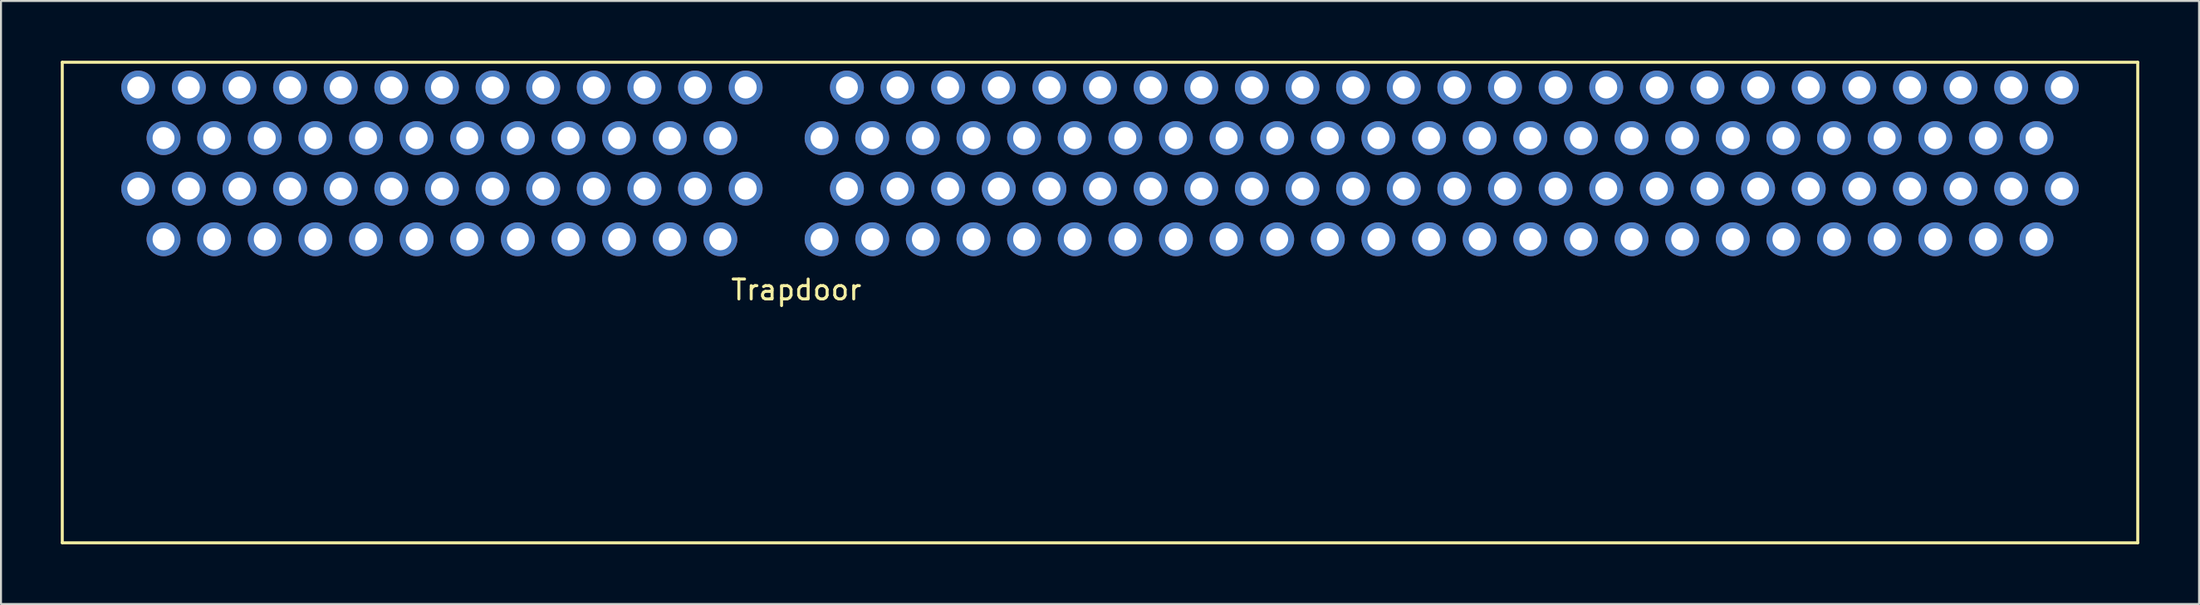
<source format=kicad_pcb>
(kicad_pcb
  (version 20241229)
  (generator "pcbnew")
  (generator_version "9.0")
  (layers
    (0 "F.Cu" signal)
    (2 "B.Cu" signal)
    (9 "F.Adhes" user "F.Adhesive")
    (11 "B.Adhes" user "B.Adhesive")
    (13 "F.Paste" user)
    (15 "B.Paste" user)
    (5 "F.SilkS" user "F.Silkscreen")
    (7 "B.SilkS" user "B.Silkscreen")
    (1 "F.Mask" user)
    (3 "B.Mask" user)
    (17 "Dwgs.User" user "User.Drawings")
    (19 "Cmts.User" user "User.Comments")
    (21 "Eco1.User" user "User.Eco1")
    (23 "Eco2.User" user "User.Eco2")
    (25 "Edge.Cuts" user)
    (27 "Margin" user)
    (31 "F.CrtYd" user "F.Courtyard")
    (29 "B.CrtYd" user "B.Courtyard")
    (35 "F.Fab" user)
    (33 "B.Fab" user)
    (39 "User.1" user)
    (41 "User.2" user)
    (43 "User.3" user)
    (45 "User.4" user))
  (footprint "Trapdoor"
    (layer "F.Cu")
    (at 36.905 5.155)
    (property "Reference" "Trapdoor" (at 0 6.35 0) (layer "F.SilkS") (effects (font (size 1 1) (thickness 0.15))))
    (attr through_hole)
    (fp_line (start -36.83 -5.08) (end 67.31 -5.08) (stroke (width 0.15) (type solid)) (layer "F.SilkS"))
    (fp_line (start -36.83 19.05) (end -36.83 -5.08) (stroke (width 0.15) (type solid)) (layer "F.SilkS"))
    (fp_line (start -36.83 19.05) (end 67.31 19.05) (stroke (width 0.15) (type solid)) (layer "F.SilkS"))
    (fp_line (start 67.31 19.05) (end 67.31 -5.08) (stroke (width 0.15) (type solid)) (layer "F.SilkS"))
    (pad "1" thru_hole circle (at -33.02 -3.81) (size 1.7 1.7) (drill 1.1) (layers "*.Cu" "*.Mask"))
    (pad "2" thru_hole circle (at -33.02 1.27) (size 1.7 1.7) (drill 1.1) (layers "*.Cu" "*.Mask"))
    (pad "3" thru_hole circle (at -31.75 -1.27) (size 1.7 1.7) (drill 1.1) (layers "*.Cu" "*.Mask"))
    (pad "4" thru_hole circle (at -31.75 3.81) (size 1.7 1.7) (drill 1.1) (layers "*.Cu" "*.Mask"))
    (pad "5" thru_hole circle (at -30.48 -3.81) (size 1.7 1.7) (drill 1.1) (layers "*.Cu" "*.Mask"))
    (pad "6" thru_hole circle (at -30.48 1.27) (size 1.7 1.7) (drill 1.1) (layers "*.Cu" "*.Mask"))
    (pad "7" thru_hole circle (at -29.21 -1.27) (size 1.7 1.7) (drill 1.1) (layers "*.Cu" "*.Mask"))
    (pad "8" thru_hole circle (at -29.21 3.81) (size 1.7 1.7) (drill 1.1) (layers "*.Cu" "*.Mask"))
    (pad "9" thru_hole circle (at -27.94 -3.81) (size 1.7 1.7) (drill 1.1) (layers "*.Cu" "*.Mask"))
    (pad "10" thru_hole circle (at -27.94 1.27) (size 1.7 1.7) (drill 1.1) (layers "*.Cu" "*.Mask"))
    (pad "11" thru_hole circle (at -26.67 -1.27) (size 1.7 1.7) (drill 1.1) (layers "*.Cu" "*.Mask"))
    (pad "12" thru_hole circle (at -26.67 3.81) (size 1.7 1.7) (drill 1.1) (layers "*.Cu" "*.Mask"))
    (pad "13" thru_hole circle (at -25.4 -3.81) (size 1.7 1.7) (drill 1.1) (layers "*.Cu" "*.Mask"))
    (pad "14" thru_hole circle (at -25.4 1.27) (size 1.7 1.7) (drill 1.1) (layers "*.Cu" "*.Mask"))
    (pad "15" thru_hole circle (at -24.13 -1.27) (size 1.7 1.7) (drill 1.1) (layers "*.Cu" "*.Mask"))
    (pad "16" thru_hole circle (at -24.13 3.81) (size 1.7 1.7) (drill 1.1) (layers "*.Cu" "*.Mask"))
    (pad "17" thru_hole circle (at -22.86 -3.81) (size 1.7 1.7) (drill 1.1) (layers "*.Cu" "*.Mask"))
    (pad "18" thru_hole circle (at -22.86 1.27) (size 1.7 1.7) (drill 1.1) (layers "*.Cu" "*.Mask"))
    (pad "19" thru_hole circle (at -21.59 -1.27) (size 1.7 1.7) (drill 1.1) (layers "*.Cu" "*.Mask"))
    (pad "20" thru_hole circle (at -21.59 3.81) (size 1.7 1.7) (drill 1.1) (layers "*.Cu" "*.Mask"))
    (pad "21" thru_hole circle (at -20.32 -3.81) (size 1.7 1.7) (drill 1.1) (layers "*.Cu" "*.Mask"))
    (pad "22" thru_hole circle (at -20.32 1.27) (size 1.7 1.7) (drill 1.1) (layers "*.Cu" "*.Mask"))
    (pad "23" thru_hole circle (at -19.05 -1.27) (size 1.7 1.7) (drill 1.1) (layers "*.Cu" "*.Mask"))
    (pad "24" thru_hole circle (at -19.05 3.81) (size 1.7 1.7) (drill 1.1) (layers "*.Cu" "*.Mask"))
    (pad "25" thru_hole circle (at -17.78 -3.81) (size 1.7 1.7) (drill 1.1) (layers "*.Cu" "*.Mask"))
    (pad "26" thru_hole circle (at -17.78 1.27) (size 1.7 1.7) (drill 1.1) (layers "*.Cu" "*.Mask"))
    (pad "27" thru_hole circle (at -16.51 -1.27) (size 1.7 1.7) (drill 1.1) (layers "*.Cu" "*.Mask"))
    (pad "28" thru_hole circle (at -16.51 3.81) (size 1.7 1.7) (drill 1.1) (layers "*.Cu" "*.Mask"))
    (pad "29" thru_hole circle (at -15.24 -3.81) (size 1.7 1.7) (drill 1.1) (layers "*.Cu" "*.Mask"))
    (pad "30" thru_hole circle (at -15.24 1.27) (size 1.7 1.7) (drill 1.1) (layers "*.Cu" "*.Mask"))
    (pad "31" thru_hole circle (at -13.97 -1.27) (size 1.7 1.7) (drill 1.1) (layers "*.Cu" "*.Mask"))
    (pad "32" thru_hole circle (at -13.97 3.81) (size 1.7 1.7) (drill 1.1) (layers "*.Cu" "*.Mask"))
    (pad "33" thru_hole circle (at -12.7 -3.81) (size 1.7 1.7) (drill 1.1) (layers "*.Cu" "*.Mask"))
    (pad "34" thru_hole circle (at -12.7 1.27) (size 1.7 1.7) (drill 1.1) (layers "*.Cu" "*.Mask"))
    (pad "35" thru_hole circle (at -11.43 -1.27) (size 1.7 1.7) (drill 1.1) (layers "*.Cu" "*.Mask"))
    (pad "36" thru_hole circle (at -11.43 3.81) (size 1.7 1.7) (drill 1.1) (layers "*.Cu" "*.Mask"))
    (pad "37" thru_hole circle (at -10.16 -3.81) (size 1.7 1.7) (drill 1.1) (layers "*.Cu" "*.Mask"))
    (pad "38" thru_hole circle (at -10.16 1.27) (size 1.7 1.7) (drill 1.1) (layers "*.Cu" "*.Mask"))
    (pad "39" thru_hole circle (at -8.89 -1.27) (size 1.7 1.7) (drill 1.1) (layers "*.Cu" "*.Mask"))
    (pad "40" thru_hole circle (at -8.89 3.81) (size 1.7 1.7) (drill 1.1) (layers "*.Cu" "*.Mask"))
    (pad "41" thru_hole circle (at -7.62 -3.81) (size 1.7 1.7) (drill 1.1) (layers "*.Cu" "*.Mask"))
    (pad "42" thru_hole circle (at -7.62 1.27) (size 1.7 1.7) (drill 1.1) (layers "*.Cu" "*.Mask"))
    (pad "43" thru_hole circle (at -6.35 -1.27) (size 1.7 1.7) (drill 1.1) (layers "*.Cu" "*.Mask"))
    (pad "44" thru_hole circle (at -6.35 3.81) (size 1.7 1.7) (drill 1.1) (layers "*.Cu" "*.Mask"))
    (pad "45" thru_hole circle (at -5.08 -3.81) (size 1.7 1.7) (drill 1.1) (layers "*.Cu" "*.Mask"))
    (pad "46" thru_hole circle (at -5.08 1.27) (size 1.7 1.7) (drill 1.1) (layers "*.Cu" "*.Mask"))
    (pad "47" thru_hole circle (at -3.81 -1.27) (size 1.7 1.7) (drill 1.1) (layers "*.Cu" "*.Mask"))
    (pad "48" thru_hole circle (at -3.81 3.81) (size 1.7 1.7) (drill 1.1) (layers "*.Cu" "*.Mask"))
    (pad "49" thru_hole circle (at -2.54 -3.81) (size 1.7 1.7) (drill 1.1) (layers "*.Cu" "*.Mask"))
    (pad "50" thru_hole circle (at -2.54 1.27) (size 1.7 1.7) (drill 1.1) (layers "*.Cu" "*.Mask"))
    (pad "51" thru_hole circle (at 1.27 -1.27) (size 1.7 1.7) (drill 1.1) (layers "*.Cu" "*.Mask"))
    (pad "52" thru_hole circle (at 1.27 3.81) (size 1.7 1.7) (drill 1.1) (layers "*.Cu" "*.Mask"))
    (pad "53" thru_hole circle (at 2.54 -3.81) (size 1.7 1.7) (drill 1.1) (layers "*.Cu" "*.Mask"))
    (pad "54" thru_hole circle (at 2.54 1.27) (size 1.7 1.7) (drill 1.1) (layers "*.Cu" "*.Mask"))
    (pad "55" thru_hole circle (at 3.81 -1.27) (size 1.7 1.7) (drill 1.1) (layers "*.Cu" "*.Mask"))
    (pad "56" thru_hole circle (at 3.81 3.81) (size 1.7 1.7) (drill 1.1) (layers "*.Cu" "*.Mask"))
    (pad "57" thru_hole circle (at 5.08 -3.81) (size 1.7 1.7) (drill 1.1) (layers "*.Cu" "*.Mask"))
    (pad "58" thru_hole circle (at 5.08 1.27) (size 1.7 1.7) (drill 1.1) (layers "*.Cu" "*.Mask"))
    (pad "59" thru_hole circle (at 6.35 -1.27) (size 1.7 1.7) (drill 1.1) (layers "*.Cu" "*.Mask"))
    (pad "60" thru_hole circle (at 6.35 3.81) (size 1.7 1.7) (drill 1.1) (layers "*.Cu" "*.Mask"))
    (pad "61" thru_hole circle (at 7.62 -3.81) (size 1.7 1.7) (drill 1.1) (layers "*.Cu" "*.Mask"))
    (pad "62" thru_hole circle (at 7.62 1.27) (size 1.7 1.7) (drill 1.1) (layers "*.Cu" "*.Mask"))
    (pad "63" thru_hole circle (at 8.89 -1.27) (size 1.7 1.7) (drill 1.1) (layers "*.Cu" "*.Mask"))
    (pad "64" thru_hole circle (at 8.89 3.81) (size 1.7 1.7) (drill 1.1) (layers "*.Cu" "*.Mask"))
    (pad "65" thru_hole circle (at 10.16 -3.81) (size 1.7 1.7) (drill 1.1) (layers "*.Cu" "*.Mask"))
    (pad "66" thru_hole circle (at 10.16 1.27) (size 1.7 1.7) (drill 1.1) (layers "*.Cu" "*.Mask"))
    (pad "67" thru_hole circle (at 11.43 -1.27) (size 1.7 1.7) (drill 1.1) (layers "*.Cu" "*.Mask"))
    (pad "68" thru_hole circle (at 11.43 3.81) (size 1.7 1.7) (drill 1.1) (layers "*.Cu" "*.Mask"))
    (pad "69" thru_hole circle (at 12.7 -3.81) (size 1.7 1.7) (drill 1.1) (layers "*.Cu" "*.Mask"))
    (pad "70" thru_hole circle (at 12.7 1.27) (size 1.7 1.7) (drill 1.1) (layers "*.Cu" "*.Mask"))
    (pad "71" thru_hole circle (at 13.97 -1.27) (size 1.7 1.7) (drill 1.1) (layers "*.Cu" "*.Mask"))
    (pad "72" thru_hole circle (at 13.97 3.81) (size 1.7 1.7) (drill 1.1) (layers "*.Cu" "*.Mask"))
    (pad "73" thru_hole circle (at 15.24 -3.81) (size 1.7 1.7) (drill 1.1) (layers "*.Cu" "*.Mask"))
    (pad "74" thru_hole circle (at 15.24 1.27) (size 1.7 1.7) (drill 1.1) (layers "*.Cu" "*.Mask"))
    (pad "75" thru_hole circle (at 16.51 -1.27) (size 1.7 1.7) (drill 1.1) (layers "*.Cu" "*.Mask"))
    (pad "76" thru_hole circle (at 16.51 3.81) (size 1.7 1.7) (drill 1.1) (layers "*.Cu" "*.Mask"))
    (pad "77" thru_hole circle (at 17.78 -3.81) (size 1.7 1.7) (drill 1.1) (layers "*.Cu" "*.Mask"))
    (pad "78" thru_hole circle (at 17.78 1.27) (size 1.7 1.7) (drill 1.1) (layers "*.Cu" "*.Mask"))
    (pad "79" thru_hole circle (at 19.05 -1.27) (size 1.7 1.7) (drill 1.1) (layers "*.Cu" "*.Mask"))
    (pad "80" thru_hole circle (at 19.05 3.81) (size 1.7 1.7) (drill 1.1) (layers "*.Cu" "*.Mask"))
    (pad "81" thru_hole circle (at 20.32 -3.81) (size 1.7 1.7) (drill 1.1) (layers "*.Cu" "*.Mask"))
    (pad "82" thru_hole circle (at 20.32 1.27) (size 1.7 1.7) (drill 1.1) (layers "*.Cu" "*.Mask"))
    (pad "83" thru_hole circle (at 21.59 -1.27) (size 1.7 1.7) (drill 1.1) (layers "*.Cu" "*.Mask"))
    (pad "84" thru_hole circle (at 21.59 3.81) (size 1.7 1.7) (drill 1.1) (layers "*.Cu" "*.Mask"))
    (pad "85" thru_hole circle (at 22.86 -3.81) (size 1.7 1.7) (drill 1.1) (layers "*.Cu" "*.Mask"))
    (pad "86" thru_hole circle (at 22.86 1.27) (size 1.7 1.7) (drill 1.1) (layers "*.Cu" "*.Mask"))
    (pad "87" thru_hole circle (at 24.13 -1.27) (size 1.7 1.7) (drill 1.1) (layers "*.Cu" "*.Mask"))
    (pad "88" thru_hole circle (at 24.13 3.81) (size 1.7 1.7) (drill 1.1) (layers "*.Cu" "*.Mask"))
    (pad "89" thru_hole circle (at 25.4 -3.81) (size 1.7 1.7) (drill 1.1) (layers "*.Cu" "*.Mask"))
    (pad "90" thru_hole circle (at 25.4 1.27) (size 1.7 1.7) (drill 1.1) (layers "*.Cu" "*.Mask"))
    (pad "91" thru_hole circle (at 26.67 -1.27) (size 1.7 1.7) (drill 1.1) (layers "*.Cu" "*.Mask"))
    (pad "92" thru_hole circle (at 26.67 3.81) (size 1.7 1.7) (drill 1.1) (layers "*.Cu" "*.Mask"))
    (pad "93" thru_hole circle (at 27.94 -3.81) (size 1.7 1.7) (drill 1.1) (layers "*.Cu" "*.Mask"))
    (pad "94" thru_hole circle (at 27.94 1.27) (size 1.7 1.7) (drill 1.1) (layers "*.Cu" "*.Mask"))
    (pad "95" thru_hole circle (at 29.21 -1.27) (size 1.7 1.7) (drill 1.1) (layers "*.Cu" "*.Mask"))
    (pad "96" thru_hole circle (at 29.21 3.81) (size 1.7 1.7) (drill 1.1) (layers "*.Cu" "*.Mask"))
    (pad "97" thru_hole circle (at 30.48 -3.81) (size 1.7 1.7) (drill 1.1) (layers "*.Cu" "*.Mask"))
    (pad "98" thru_hole circle (at 30.48 1.27) (size 1.7 1.7) (drill 1.1) (layers "*.Cu" "*.Mask"))
    (pad "99" thru_hole circle (at 31.75 -1.27) (size 1.7 1.7) (drill 1.1) (layers "*.Cu" "*.Mask"))
    (pad "100" thru_hole circle (at 31.75 3.81) (size 1.7 1.7) (drill 1.1) (layers "*.Cu" "*.Mask"))
    (pad "101" thru_hole circle (at 33.02 -3.81) (size 1.7 1.7) (drill 1.1) (layers "*.Cu" "*.Mask"))
    (pad "102" thru_hole circle (at 33.02 1.27) (size 1.7 1.7) (drill 1.1) (layers "*.Cu" "*.Mask"))
    (pad "103" thru_hole circle (at 34.29 -1.27) (size 1.7 1.7) (drill 1.1) (layers "*.Cu" "*.Mask"))
    (pad "104" thru_hole circle (at 34.29 3.81) (size 1.7 1.7) (drill 1.1) (layers "*.Cu" "*.Mask"))
    (pad "105" thru_hole circle (at 35.56 -3.81) (size 1.7 1.7) (drill 1.1) (layers "*.Cu" "*.Mask"))
    (pad "106" thru_hole circle (at 35.56 1.27) (size 1.7 1.7) (drill 1.1) (layers "*.Cu" "*.Mask"))
    (pad "107" thru_hole circle (at 36.83 -1.27) (size 1.7 1.7) (drill 1.1) (layers "*.Cu" "*.Mask"))
    (pad "108" thru_hole circle (at 36.83 3.81) (size 1.7 1.7) (drill 1.1) (layers "*.Cu" "*.Mask"))
    (pad "109" thru_hole circle (at 38.1 -3.81) (size 1.7 1.7) (drill 1.1) (layers "*.Cu" "*.Mask"))
    (pad "110" thru_hole circle (at 38.1 1.27) (size 1.7 1.7) (drill 1.1) (layers "*.Cu" "*.Mask"))
    (pad "111" thru_hole circle (at 39.37 -1.27) (size 1.7 1.7) (drill 1.1) (layers "*.Cu" "*.Mask"))
    (pad "112" thru_hole circle (at 39.37 3.81) (size 1.7 1.7) (drill 1.1) (layers "*.Cu" "*.Mask"))
    (pad "113" thru_hole circle (at 40.64 -3.81) (size 1.7 1.7) (drill 1.1) (layers "*.Cu" "*.Mask"))
    (pad "114" thru_hole circle (at 40.64 1.27) (size 1.7 1.7) (drill 1.1) (layers "*.Cu" "*.Mask"))
    (pad "115" thru_hole circle (at 41.91 -1.27) (size 1.7 1.7) (drill 1.1) (layers "*.Cu" "*.Mask"))
    (pad "116" thru_hole circle (at 41.91 3.81) (size 1.7 1.7) (drill 1.1) (layers "*.Cu" "*.Mask"))
    (pad "117" thru_hole circle (at 43.18 -3.81) (size 1.7 1.7) (drill 1.1) (layers "*.Cu" "*.Mask"))
    (pad "118" thru_hole circle (at 43.18 1.27) (size 1.7 1.7) (drill 1.1) (layers "*.Cu" "*.Mask"))
    (pad "119" thru_hole circle (at 44.45 -1.27) (size 1.7 1.7) (drill 1.1) (layers "*.Cu" "*.Mask"))
    (pad "120" thru_hole circle (at 44.45 3.81) (size 1.7 1.7) (drill 1.1) (layers "*.Cu" "*.Mask"))
    (pad "121" thru_hole circle (at 45.72 -3.81) (size 1.7 1.7) (drill 1.1) (layers "*.Cu" "*.Mask"))
    (pad "122" thru_hole circle (at 45.72 1.27) (size 1.7 1.7) (drill 1.1) (layers "*.Cu" "*.Mask"))
    (pad "123" thru_hole circle (at 46.99 -1.27) (size 1.7 1.7) (drill 1.1) (layers "*.Cu" "*.Mask"))
    (pad "124" thru_hole circle (at 46.99 3.81) (size 1.7 1.7) (drill 1.1) (layers "*.Cu" "*.Mask"))
    (pad "125" thru_hole circle (at 48.26 -3.81) (size 1.7 1.7) (drill 1.1) (layers "*.Cu" "*.Mask"))
    (pad "126" thru_hole circle (at 48.26 1.27) (size 1.7 1.7) (drill 1.1) (layers "*.Cu" "*.Mask"))
    (pad "127" thru_hole circle (at 49.53 -1.27) (size 1.7 1.7) (drill 1.1) (layers "*.Cu" "*.Mask"))
    (pad "128" thru_hole circle (at 49.53 3.81) (size 1.7 1.7) (drill 1.1) (layers "*.Cu" "*.Mask"))
    (pad "129" thru_hole circle (at 50.8 -3.81) (size 1.7 1.7) (drill 1.1) (layers "*.Cu" "*.Mask"))
    (pad "130" thru_hole circle (at 50.8 1.27) (size 1.7 1.7) (drill 1.1) (layers "*.Cu" "*.Mask"))
    (pad "131" thru_hole circle (at 52.07 -1.27) (size 1.7 1.7) (drill 1.1) (layers "*.Cu" "*.Mask"))
    (pad "132" thru_hole circle (at 52.07 3.81) (size 1.7 1.7) (drill 1.1) (layers "*.Cu" "*.Mask"))
    (pad "133" thru_hole circle (at 53.34 -3.81) (size 1.7 1.7) (drill 1.1) (layers "*.Cu" "*.Mask"))
    (pad "134" thru_hole circle (at 53.34 1.27) (size 1.7 1.7) (drill 1.1) (layers "*.Cu" "*.Mask"))
    (pad "135" thru_hole circle (at 54.61 -1.27) (size 1.7 1.7) (drill 1.1) (layers "*.Cu" "*.Mask"))
    (pad "136" thru_hole circle (at 54.61 3.81) (size 1.7 1.7) (drill 1.1) (layers "*.Cu" "*.Mask"))
    (pad "137" thru_hole circle (at 55.88 -3.81) (size 1.7 1.7) (drill 1.1) (layers "*.Cu" "*.Mask"))
    (pad "138" thru_hole circle (at 55.88 1.27) (size 1.7 1.7) (drill 1.1) (layers "*.Cu" "*.Mask"))
    (pad "139" thru_hole circle (at 57.15 -1.27) (size 1.7 1.7) (drill 1.1) (layers "*.Cu" "*.Mask"))
    (pad "140" thru_hole circle (at 57.15 3.81) (size 1.7 1.7) (drill 1.1) (layers "*.Cu" "*.Mask"))
    (pad "141" thru_hole circle (at 58.42 -3.81) (size 1.7 1.7) (drill 1.1) (layers "*.Cu" "*.Mask"))
    (pad "142" thru_hole circle (at 58.42 1.27) (size 1.7 1.7) (drill 1.1) (layers "*.Cu" "*.Mask"))
    (pad "143" thru_hole circle (at 59.69 -1.27) (size 1.7 1.7) (drill 1.1) (layers "*.Cu" "*.Mask"))
    (pad "144" thru_hole circle (at 59.69 3.81) (size 1.7 1.7) (drill 1.1) (layers "*.Cu" "*.Mask"))
    (pad "145" thru_hole circle (at 60.96 -3.81) (size 1.7 1.7) (drill 1.1) (layers "*.Cu" "*.Mask"))
    (pad "146" thru_hole circle (at 60.96 1.27) (size 1.7 1.7) (drill 1.1) (layers "*.Cu" "*.Mask"))
    (pad "147" thru_hole circle (at 62.23 -1.27) (size 1.7 1.7) (drill 1.1) (layers "*.Cu" "*.Mask"))
    (pad "148" thru_hole circle (at 62.23 3.81) (size 1.7 1.7) (drill 1.1) (layers "*.Cu" "*.Mask"))
    (pad "149" thru_hole circle (at 63.5 -3.81) (size 1.7 1.7) (drill 1.1) (layers "*.Cu" "*.Mask"))
    (pad "150" thru_hole circle (at 63.5 1.27) (size 1.7 1.7) (drill 1.1) (layers "*.Cu" "*.Mask")))
  (gr_rect
    (start -3 -3)
    (end 107.29 27.28)
    (stroke (width 0.1) (type default))
    (fill no)
    (layer "Edge.Cuts")))
</source>
